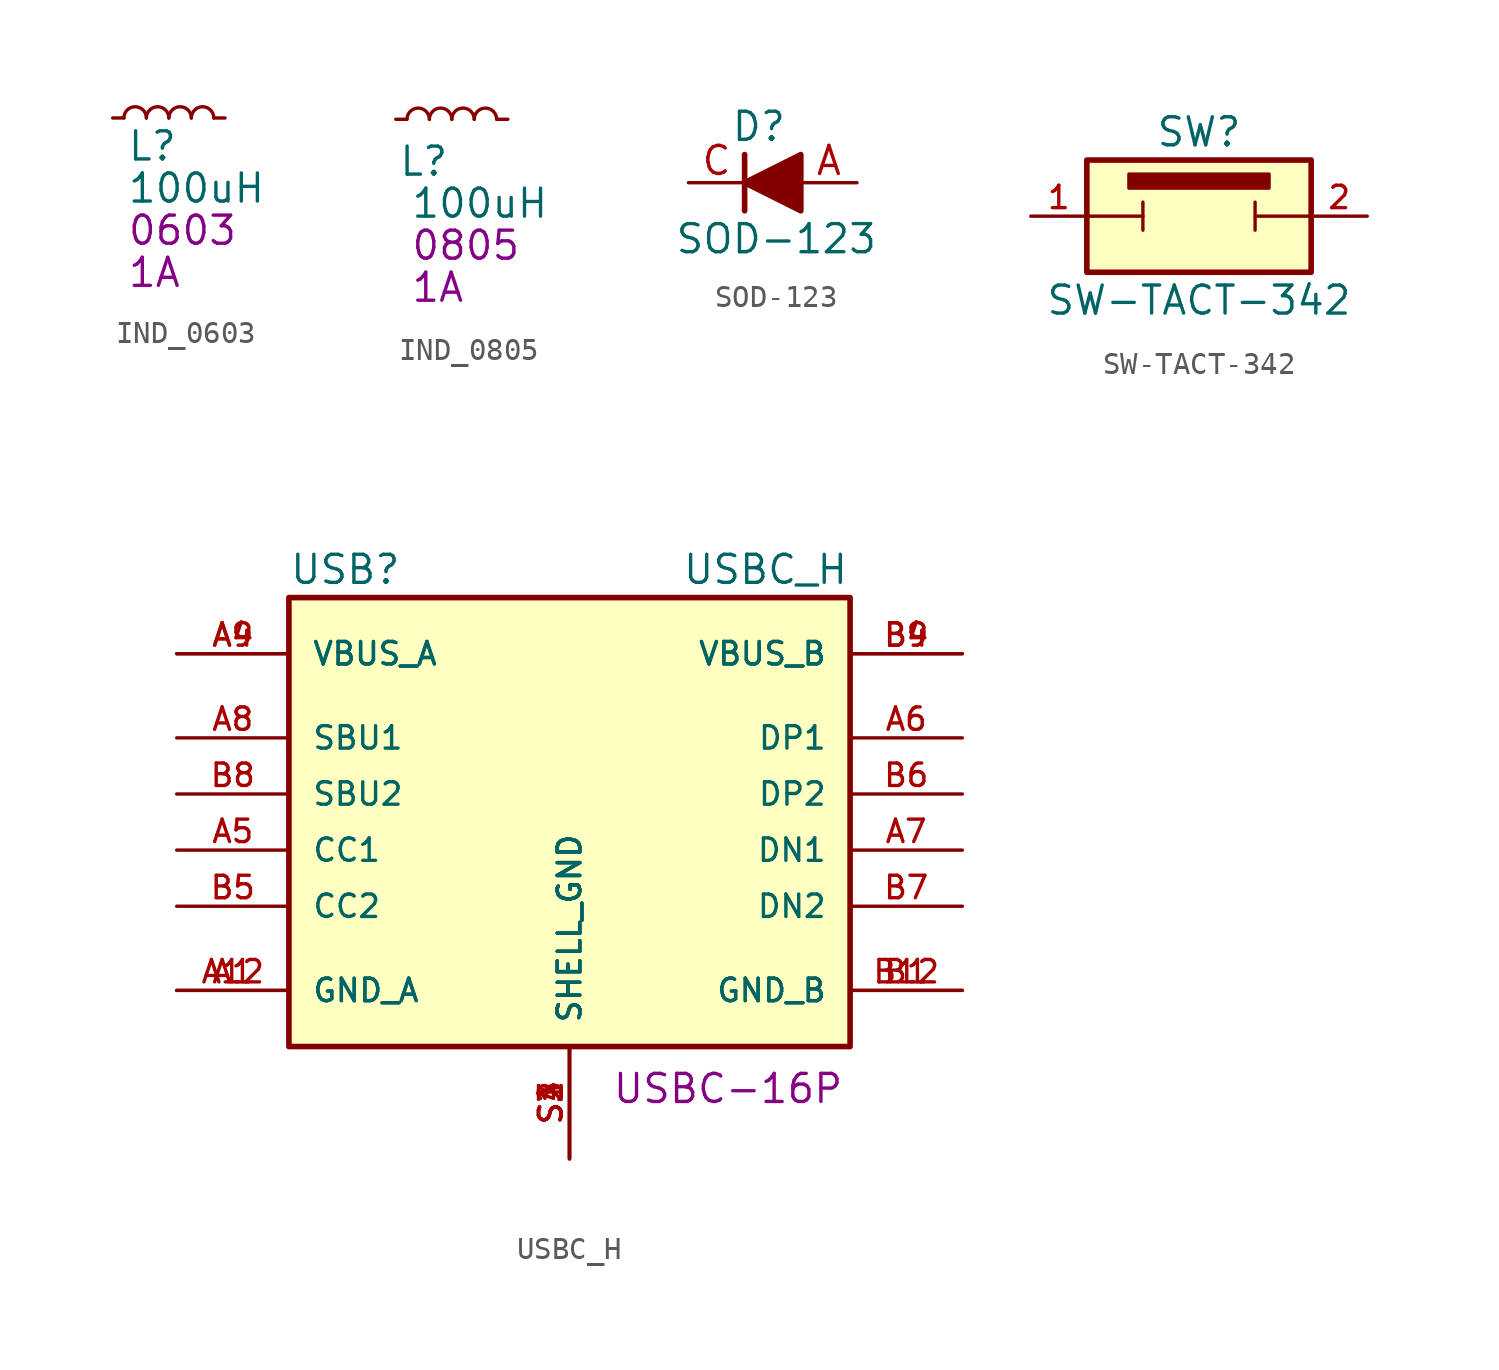
<source format=kicad_sym>
(kicad_symbol_lib
  (version 20231120)
  (generator "kicad_symbol_editor")
  (generator_version "8.0")
  (symbol "IND_0603"
    (pin_numbers hide)
    (property "Reference" "L"
      (at 0.635 -1.27 0)
      (effects (font (size 1.27 1.27)) (justify left)))
    (property "Value" "100uH"
      (at 0.635 -3.175 0)
      (effects (font (size 1.27 1.27)) (justify left)))
    (property "Package" "0603"
      (at 0.635 -5.08 0)
      (effects (font (size 1.27 1.27)) (justify left)))
    (property "Saturation Current" "1A"
      (at 0.635 -6.985 0)
      (effects (font (size 1.27 1.27)) (justify left)))
    (symbol "IND_0603_0_1"
      (arc (start 1.524 0) (mid 1.016 0.5058) (end 0.508 0) (stroke (width 0) (type default)) (fill (type none)))
      (arc (start 2.54 0) (mid 2.032 0.5058) (end 1.524 0) (stroke (width 0) (type default)) (fill (type none)))
      (arc (start 3.556 0) (mid 3.048 0.5058) (end 2.54 0) (stroke (width 0) (type default)) (fill (type none)))
      (arc (start 4.572 0) (mid 4.064 0.5058) (end 3.556 0) (stroke (width 0) (type default)) (fill (type none))))
    (symbol "IND_0603_1_1"
      (pin passive line (at 0 0 0) (length 0.508) (name "~" (effects (font (size 1.27 1.27)))) (number "1" (effects (font (size 1.27 1.27)))))
      (pin passive line (at 5.08 0 180) (length 0.508) (name "~" (effects (font (size 1.27 1.27)))) (number "2" (effects (font (size 1.27 1.27)))))))
  (symbol "IND_0805"
    (pin_numbers hide)
    (property "Reference" "L"
      (at 1.27 -1.905 0)
      (effects (font (size 1.27 1.27))))
    (property "Value" "100uH"
      (at 3.81 -3.81 0)
      (effects (font (size 1.27 1.27))))
    (property "Package" "0805"
      (at 3.175 -5.715 0)
      (effects (font (size 1.27 1.27))))
    (property "Saturation Current" "1A"
      (at 1.905 -7.62 0)
      (effects (font (size 1.27 1.27))))
    (symbol "IND_0805_0_1"
      (arc (start 1.524 0) (mid 1.016 0.5058) (end 0.508 0) (stroke (width 0) (type default)) (fill (type none)))
      (arc (start 2.54 0) (mid 2.032 0.5058) (end 1.524 0) (stroke (width 0) (type default)) (fill (type none)))
      (arc (start 3.556 0) (mid 3.048 0.5058) (end 2.54 0) (stroke (width 0) (type default)) (fill (type none)))
      (arc (start 4.572 0) (mid 4.064 0.5058) (end 3.556 0) (stroke (width 0) (type default)) (fill (type none))))
    (symbol "IND_0805_1_1"
      (pin passive line (at 0 0 0) (length 0.508) (name "~" (effects (font (size 1.27 1.27)))) (number "1" (effects (font (size 1.27 1.27)))))
      (pin passive line (at 5.08 0 180) (length 0.508) (name "~" (effects (font (size 1.27 1.27)))) (number "2" (effects (font (size 1.27 1.27)))))))
  (symbol "SOD-123"
    (pin_names
      (offset 1.016) hide)
    (property "Reference" "D"
      (at 1.905 2.54 0)
      (effects (font (size 1.27 1.27)) (justify left)))
    (property "Value" "SOD-123"
      (at -0.635 -2.54 0)
      (effects (font (size 1.27 1.27)) (justify left)))
    (symbol "SOD-123_0_1"
      (polyline (pts (xy 2.54 1.27) (xy 2.54 -1.27)) (stroke (width 0.254) (type default)) (fill (type none)))
      (polyline (pts (xy 5.08 0) (xy 2.54 0)) (stroke (width 0) (type default)) (fill (type none)))
      (polyline (pts (xy 5.08 1.27) (xy 5.08 -1.27) (xy 2.54 0) (xy 5.08 1.27)) (stroke (width 0.254) (type default)) (fill (type outline))))
    (symbol "SOD-123_1_1"
      (pin passive line (at 7.62 0 180) (length 2.54) (name "A" (effects (font (size 1.27 1.27)))) (number "A" (effects (font (size 1.27 1.27)))))
      (pin passive line (at 0 0 0) (length 2.54) (name "C" (effects (font (size 1.27 1.27)))) (number "C" (effects (font (size 1.27 1.27)))))))
  (symbol "SW-TACT-342"
    (pin_names
      (offset 1.016) hide)
    (property "Reference" "SW"
      (at 10.16 3.81 0)
      (effects (font (size 1.27 1.27))))
    (property "Value" "SW-TACT-342"
      (at 10.16 -3.81 0)
      (effects (font (size 1.27 1.27))))
    (symbol "SW-TACT-342_0_0"
      (rectangle (start 5.08 2.54) (end 15.24 -2.54) (stroke (width 0.254) (type default)) (fill (type background)))
      (pin passive line (at 17.78 0 180) (length 2.54) (name "2" (effects (font (size 1.016 1.016)))) (number "2" (effects (font (size 1.016 1.016))))))
    (symbol "SW-TACT-342_0_1"
      (polyline (pts (xy 5.08 0) (xy 7.62 0)) (stroke (width 0) (type default)) (fill (type none)))
      (polyline (pts (xy 7.62 0.635) (xy 7.62 -0.635)) (stroke (width 0) (type default)) (fill (type none)))
      (polyline (pts (xy 12.7 0.635) (xy 12.7 -0.635)) (stroke (width 0) (type default)) (fill (type none)))
      (polyline (pts (xy 15.24 0) (xy 12.7 0)) (stroke (width 0) (type default)) (fill (type none))))
    (symbol "SW-TACT-342_1_0"
      (pin passive line (at 2.54 0 0) (length 2.54) (name "1" (effects (font (size 1.016 1.016)))) (number "1" (effects (font (size 1.016 1.016))))))
    (symbol "SW-TACT-342_1_1"
      (rectangle (start 6.985 1.905) (end 13.335 1.27) (stroke (width 0) (type default)) (fill (type outline)))))
  (symbol "USBC_H"
    (pin_names
      (offset 1.016))
    (property "Reference" "USB"
      (at -12.7 11.43 0)
      (effects (font (size 1.27 1.27)) (justify left)))
    (property "Value" "USBC_H"
      (at 5.08 11.43 0)
      (effects (font (size 1.27 1.27)) (justify left)))
    (property "Package" "USBC-16P"
      (at 1.905 -12.065 0)
      (effects (font (size 1.27 1.27)) (justify left)))
    (symbol "USBC_H_0_0"
      (rectangle (start -12.7 10.16) (end 12.7 -10.16) (stroke (width 0.254) (type default)) (fill (type background)))
      (pin power_in line (at -17.78 -7.62 0) (length 5.08) (name "GND_A" (effects (font (size 1.016 1.016)))) (number "A1" (effects (font (size 1.016 1.016)))))
      (pin power_in line (at -17.78 -7.62 0) (length 5.08) (name "GND_A" (effects (font (size 1.016 1.016)))) (number "A12" (effects (font (size 1.016 1.016)))))
      (pin power_in line (at -17.78 7.62 0) (length 5.08) (name "VBUS_A" (effects (font (size 1.016 1.016)))) (number "A4" (effects (font (size 1.016 1.016)))))
      (pin bidirectional line (at -17.78 -1.27 0) (length 5.08) (name "CC1" (effects (font (size 1.016 1.016)))) (number "A5" (effects (font (size 1.016 1.016)))))
      (pin bidirectional line (at 17.78 3.81 180) (length 5.08) (name "DP1" (effects (font (size 1.016 1.016)))) (number "A6" (effects (font (size 1.016 1.016)))))
      (pin bidirectional line (at 17.78 -1.27 180) (length 5.08) (name "DN1" (effects (font (size 1.016 1.016)))) (number "A7" (effects (font (size 1.016 1.016)))))
      (pin bidirectional line (at -17.78 3.81 0) (length 5.08) (name "SBU1" (effects (font (size 1.016 1.016)))) (number "A8" (effects (font (size 1.016 1.016)))))
      (pin power_in line (at -17.78 7.62 0) (length 5.08) (name "VBUS_A" (effects (font (size 1.016 1.016)))) (number "A9" (effects (font (size 1.016 1.016)))))
      (pin power_in line (at 17.78 -7.62 180) (length 5.08) (name "GND_B" (effects (font (size 1.016 1.016)))) (number "B1" (effects (font (size 1.016 1.016)))))
      (pin power_in line (at 17.78 -7.62 180) (length 5.08) (name "GND_B" (effects (font (size 1.016 1.016)))) (number "B12" (effects (font (size 1.016 1.016)))))
      (pin power_in line (at 17.78 7.62 180) (length 5.08) (name "VBUS_B" (effects (font (size 1.016 1.016)))) (number "B4" (effects (font (size 1.016 1.016)))))
      (pin bidirectional line (at -17.78 -3.81 0) (length 5.08) (name "CC2" (effects (font (size 1.016 1.016)))) (number "B5" (effects (font (size 1.016 1.016)))))
      (pin bidirectional line (at 17.78 1.27 180) (length 5.08) (name "DP2" (effects (font (size 1.016 1.016)))) (number "B6" (effects (font (size 1.016 1.016)))))
      (pin bidirectional line (at 17.78 -3.81 180) (length 5.08) (name "DN2" (effects (font (size 1.016 1.016)))) (number "B7" (effects (font (size 1.016 1.016)))))
      (pin bidirectional line (at -17.78 1.27 0) (length 5.08) (name "SBU2" (effects (font (size 1.016 1.016)))) (number "B8" (effects (font (size 1.016 1.016)))))
      (pin power_in line (at 17.78 7.62 180) (length 5.08) (name "VBUS_B" (effects (font (size 1.016 1.016)))) (number "B9" (effects (font (size 1.016 1.016)))))
      (pin power_in line (at 0 -15.24 90) (length 5.08) (name "SHELL_GND" (effects (font (size 1.016 1.016)))) (number "S1" (effects (font (size 1.016 1.016)))))
      (pin power_in line (at 0 -15.24 90) (length 5.08) (name "SHELL_GND" (effects (font (size 1.016 1.016)))) (number "S2" (effects (font (size 1.016 1.016)))))
      (pin power_in line (at 0 -15.24 90) (length 5.08) (name "SHELL_GND" (effects (font (size 1.016 1.016)))) (number "S3" (effects (font (size 1.016 1.016)))))
      (pin power_in line (at 0 -15.24 90) (length 5.08) (name "SHELL_GND" (effects (font (size 1.016 1.016)))) (number "S4" (effects (font (size 1.016 1.016))))))))
</source>
